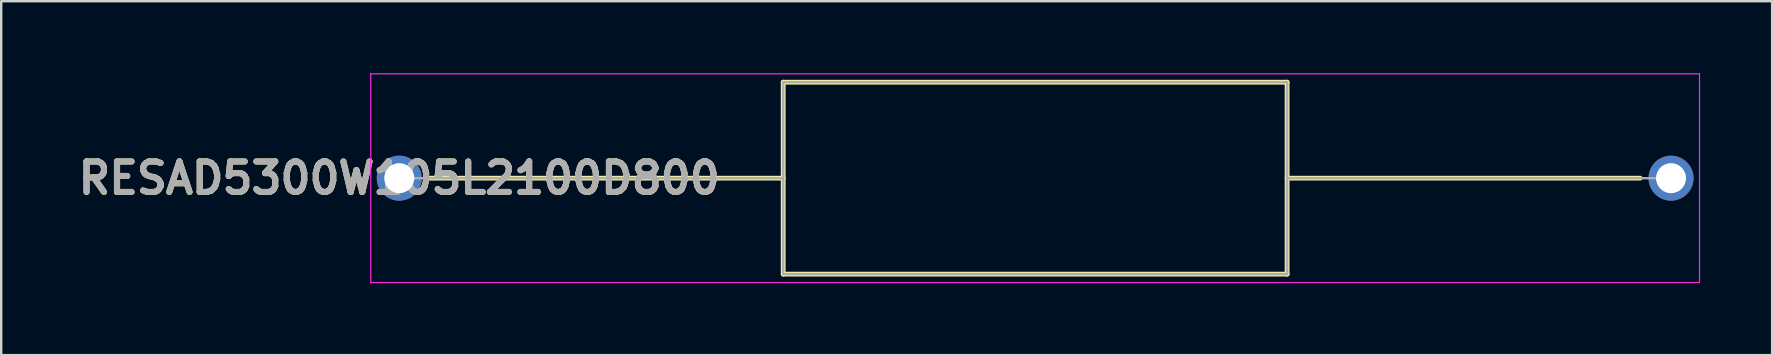
<source format=kicad_pcb>
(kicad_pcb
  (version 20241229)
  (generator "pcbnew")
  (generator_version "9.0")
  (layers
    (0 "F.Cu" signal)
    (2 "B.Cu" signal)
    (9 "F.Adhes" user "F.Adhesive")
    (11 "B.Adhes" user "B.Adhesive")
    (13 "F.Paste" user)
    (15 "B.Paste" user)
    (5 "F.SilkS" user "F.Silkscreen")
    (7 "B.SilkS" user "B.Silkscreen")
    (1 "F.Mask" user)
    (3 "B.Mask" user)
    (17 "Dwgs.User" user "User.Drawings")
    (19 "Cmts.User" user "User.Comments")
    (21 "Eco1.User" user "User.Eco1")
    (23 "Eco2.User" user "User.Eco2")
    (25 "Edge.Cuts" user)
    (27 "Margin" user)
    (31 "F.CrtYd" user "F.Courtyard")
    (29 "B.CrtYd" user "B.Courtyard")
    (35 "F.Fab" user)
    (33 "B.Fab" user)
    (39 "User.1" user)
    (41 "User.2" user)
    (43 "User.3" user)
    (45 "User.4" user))
  (footprint "RESAD5300W105L2100D800"
    (layer "F.Cu")
    (at 13.589 4.375)
    (property "Reference" "RESAD5300W105L2100D800" (at 0 0 0) (layer "F.SilkS") (effects (font (size 1.27 1.27) (thickness 0.254))))
    (attr through_hole)
    (fp_line (start 1.288 0) (end 16 0) (stroke (width 0.2) (type solid)) (layer "F.SilkS"))
    (fp_line (start 16 -4) (end 37 -4) (stroke (width 0.2) (type solid)) (layer "F.SilkS"))
    (fp_line (start 16 4) (end 16 -4) (stroke (width 0.2) (type solid)) (layer "F.SilkS"))
    (fp_line (start 37 -4) (end 37 4) (stroke (width 0.2) (type solid)) (layer "F.SilkS"))
    (fp_line (start 37 0) (end 51.712 0) (stroke (width 0.2) (type solid)) (layer "F.SilkS"))
    (fp_line (start 37 4) (end 16 4) (stroke (width 0.2) (type solid)) (layer "F.SilkS"))
    (fp_line (start -1.188 -4.35) (end 54.187 -4.35) (stroke (width 0.05) (type solid)) (layer "F.CrtYd"))
    (fp_line (start -1.188 4.35) (end -1.188 -4.35) (stroke (width 0.05) (type solid)) (layer "F.CrtYd"))
    (fp_line (start 54.187 -4.35) (end 54.187 4.35) (stroke (width 0.05) (type solid)) (layer "F.CrtYd"))
    (fp_line (start 54.187 4.35) (end -1.188 4.35) (stroke (width 0.05) (type solid)) (layer "F.CrtYd"))
    (fp_line (start 0 0) (end 16 0) (stroke (width 0.1) (type solid)) (layer "F.Fab"))
    (fp_line (start 16 -4) (end 37 -4) (stroke (width 0.1) (type solid)) (layer "F.Fab"))
    (fp_line (start 16 4) (end 16 -4) (stroke (width 0.1) (type solid)) (layer "F.Fab"))
    (fp_line (start 37 -4) (end 37 4) (stroke (width 0.1) (type solid)) (layer "F.Fab"))
    (fp_line (start 37 0) (end 53 0) (stroke (width 0.1) (type solid)) (layer "F.Fab"))
    (fp_line (start 37 4) (end 16 4) (stroke (width 0.1) (type solid)) (layer "F.Fab"))
    (fp_text user "${REFERENCE}" (at 0 0 0) (layer "F.Fab") (effects (font (size 1.27 1.27) (thickness 0.254))))
    (pad "1" thru_hole circle (at 0 0) (size 1.875 1.875) (drill 1.25) (layers "*.Cu" "*.Mask"))
    (pad "2" thru_hole circle (at 53 0) (size 1.875 1.875) (drill 1.25) (layers "*.Cu" "*.Mask")))
  (gr_rect
    (start -3 -3)
    (end 70.801 11.75)
    (stroke (width 0.1) (type default))
    (fill no)
    (layer "Edge.Cuts")))
</source>
